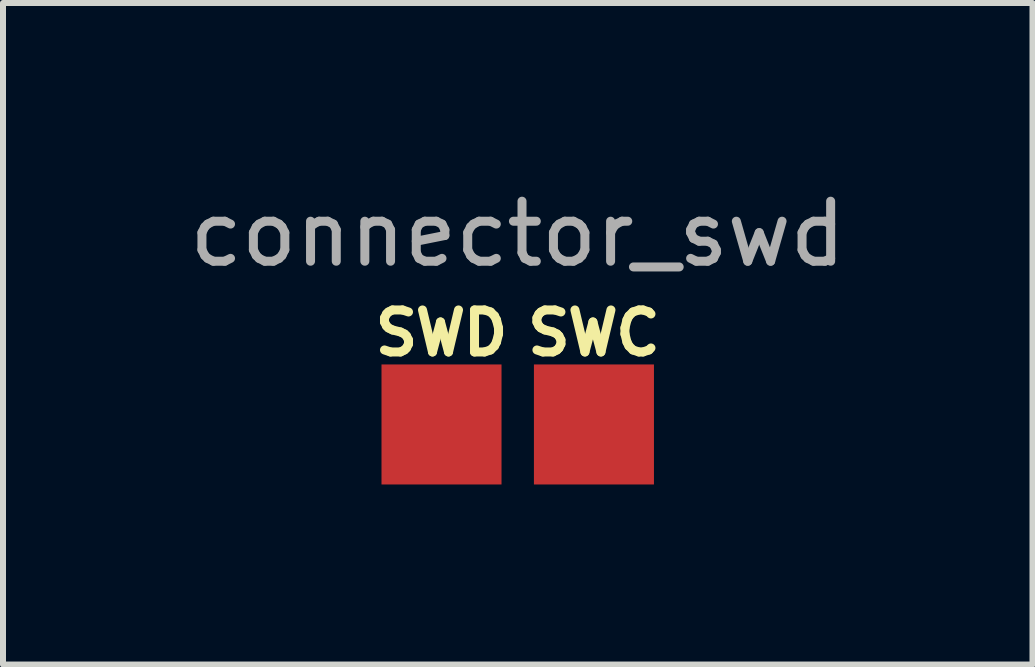
<source format=kicad_pcb>
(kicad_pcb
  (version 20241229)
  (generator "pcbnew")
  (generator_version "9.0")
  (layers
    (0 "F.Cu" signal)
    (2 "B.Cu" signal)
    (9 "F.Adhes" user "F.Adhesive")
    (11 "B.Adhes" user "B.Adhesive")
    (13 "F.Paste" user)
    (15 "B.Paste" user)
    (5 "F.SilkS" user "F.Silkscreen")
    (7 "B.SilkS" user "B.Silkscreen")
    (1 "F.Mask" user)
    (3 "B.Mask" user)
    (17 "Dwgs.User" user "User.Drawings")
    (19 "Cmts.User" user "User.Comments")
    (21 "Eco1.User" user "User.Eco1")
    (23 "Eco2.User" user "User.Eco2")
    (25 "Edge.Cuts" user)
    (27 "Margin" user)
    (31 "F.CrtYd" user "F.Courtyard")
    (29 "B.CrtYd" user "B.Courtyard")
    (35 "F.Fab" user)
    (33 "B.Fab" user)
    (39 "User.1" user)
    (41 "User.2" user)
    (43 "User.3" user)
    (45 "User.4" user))
  (footprint "connector_swd"
    (layer "F.Cu")
    (at 5.577 4.023)
    (property "Reference" "connector_swd" (at 0 -3.175 0) (layer "F.Fab") (effects (font (size 1 1) (thickness 0.15))))
    (attr through_hole)
    (fp_text user "SWD" (at -1.27 -1.524 0) (unlocked yes) (layer "F.SilkS") (effects (font (size 0.7 0.7) (thickness 0.15))))
    (fp_text user "SWC" (at 1.27 -1.524 180) (layer "F.SilkS") (effects (font (size 0.7 0.7) (thickness 0.15))))
    (pad "1" smd rect (at -1.27 0 180) (size 2 2) (layers "F.Cu" "F.Mask" "F.Paste"))
    (pad "2" smd rect (at 1.27 0) (size 2 2) (layers "F.Cu" "F.Mask" "F.Paste")))
  (gr_rect
    (start -3 -3)
    (end 14.155 8.023)
    (stroke (width 0.1) (type default))
    (fill no)
    (layer "Edge.Cuts")))
</source>
